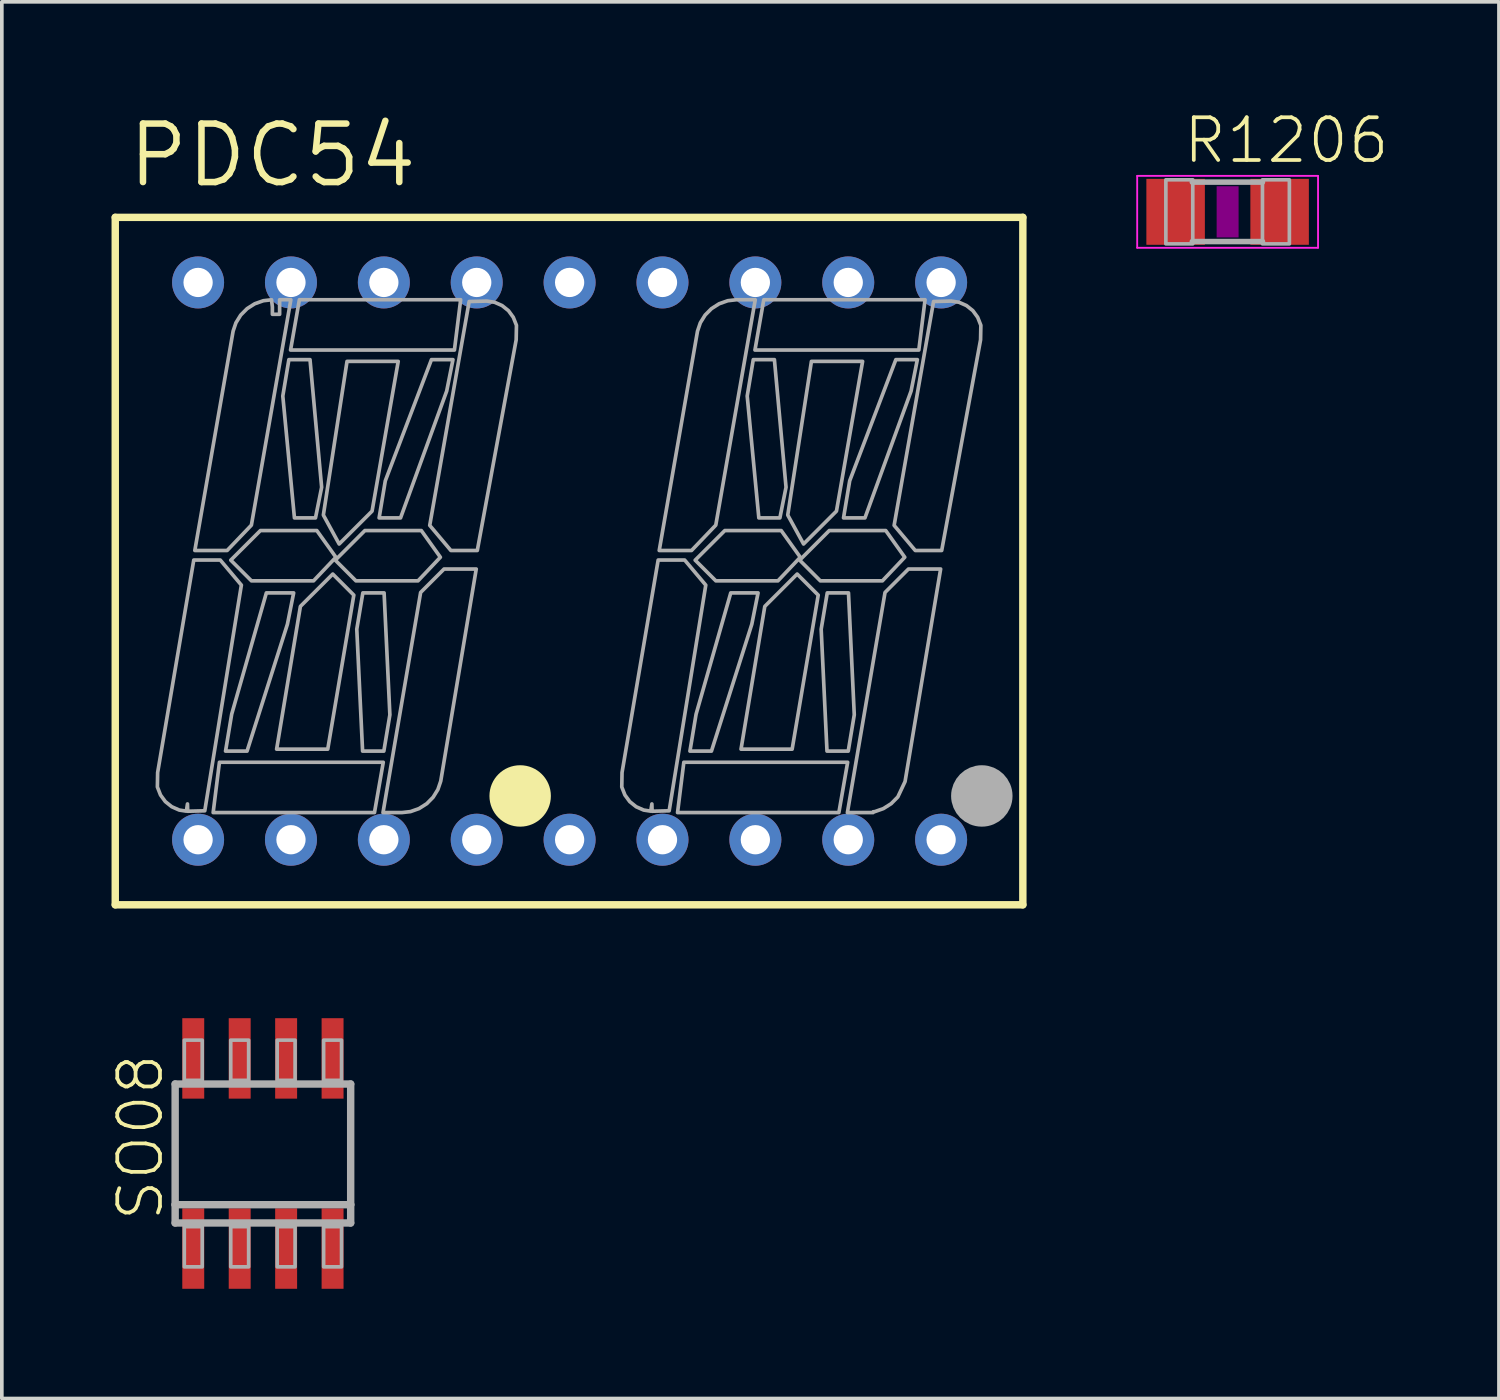
<source format=kicad_pcb>
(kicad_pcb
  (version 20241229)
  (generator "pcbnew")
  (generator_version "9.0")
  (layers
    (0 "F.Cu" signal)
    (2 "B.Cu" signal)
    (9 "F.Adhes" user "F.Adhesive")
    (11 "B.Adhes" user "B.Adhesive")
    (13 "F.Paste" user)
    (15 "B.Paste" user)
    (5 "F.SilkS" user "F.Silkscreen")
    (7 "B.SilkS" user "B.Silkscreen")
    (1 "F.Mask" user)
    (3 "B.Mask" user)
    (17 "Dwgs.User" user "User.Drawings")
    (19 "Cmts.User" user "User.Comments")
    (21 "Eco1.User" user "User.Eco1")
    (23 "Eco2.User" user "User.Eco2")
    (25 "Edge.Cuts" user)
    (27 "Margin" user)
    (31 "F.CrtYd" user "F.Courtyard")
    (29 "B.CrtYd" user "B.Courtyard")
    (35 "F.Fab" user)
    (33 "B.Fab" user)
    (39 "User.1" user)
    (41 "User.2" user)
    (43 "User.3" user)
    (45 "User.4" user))
  (footprint "PDC54"
    (layer "F.Cu")
    (at 12.527 12.294)
    (property "Reference" "PDC54" (at -12.165 -10.16 0) (layer "F.SilkS") (effects (font (size 1.6 1.6) (thickness 0.178)) (justify left bottom)))
    (fp_line (start -12.425 -9.4) (end 12.395 -9.4) (stroke (width 0.203) (type solid)) (layer "F.SilkS"))
    (fp_line (start -12.425 9.4) (end -12.425 -9.4) (stroke (width 0.203) (type solid)) (layer "F.SilkS"))
    (fp_line (start 12.395 -9.4) (end 12.395 9.4) (stroke (width 0.203) (type solid)) (layer "F.SilkS"))
    (fp_line (start 12.395 9.4) (end -12.425 9.4) (stroke (width 0.203) (type solid)) (layer "F.SilkS"))
    (fp_circle (center -1.352 6.423) (end -0.932 6.423) (stroke (width 0.84) (type solid)) (fill yes) (layer "F.SilkS"))
    (fp_circle (center 11.273 6.423) (end 11.693 6.423) (stroke (width 0.84) (type solid)) (fill no) (layer "F.Fab"))
    (fp_poly (pts (xy -5.336 6.878) (xy -9.748 6.878) (xy -9.576 5.502) (xy -5.096 5.502)) (stroke (width 0.1) (type solid)) (fill no) (layer "F.Fab"))
    (fp_poly (pts (xy -3.15 -5.771) (xy -7.631 -5.771) (xy -7.39 -7.147) (xy -2.979 -7.147)) (stroke (width 0.1) (type solid)) (fill no) (layer "F.Fab"))
    (fp_poly (pts (xy 7.364 6.878) (xy 2.952 6.878) (xy 3.124 5.502) (xy 7.604 5.502)) (stroke (width 0.1) (type solid)) (fill no) (layer "F.Fab"))
    (fp_poly (pts (xy 9.55 -5.771) (xy 5.069 -5.771) (xy 5.31 -7.147) (xy 9.721 -7.147)) (stroke (width 0.1) (type solid)) (fill no) (layer "F.Fab"))
    (fp_poly (pts (xy -5.901 0.931) (xy -6.614 5.144) (xy -8.012 5.144) (xy -7.362 1.239) (xy -6.477 0.355)) (stroke (width 0.1) (type solid)) (fill no) (layer "F.Fab"))
    (fp_poly (pts (xy -5.402 -1.366) (xy -6.302 -0.467) (xy -6.734 -1.258) (xy -6.087 -5.461) (xy -4.687 -5.461)) (stroke (width 0.1) (type solid)) (fill no) (layer "F.Fab"))
    (fp_poly (pts (xy 6.799 0.931) (xy 6.086 5.144) (xy 4.688 5.144) (xy 5.338 1.239) (xy 6.223 0.355)) (stroke (width 0.1) (type solid)) (fill no) (layer "F.Fab"))
    (fp_poly (pts (xy 7.298 -1.366) (xy 6.398 -0.467) (xy 5.966 -1.258) (xy 6.613 -5.461) (xy 8.013 -5.461)) (stroke (width 0.1) (type solid)) (fill no) (layer "F.Fab"))
    (fp_poly (pts (xy -7.717 1.727) (xy -8.821 5.197) (xy -9.409 5.197) (xy -9.241 4.187) (xy -8.293 0.87) (xy -7.546 0.87)) (stroke (width 0.1) (type solid)) (fill no) (layer "F.Fab"))
    (fp_poly (pts (xy -6.781 -2.019) (xy -6.949 -1.181) (xy -7.525 -1.181) (xy -7.843 -4.514) (xy -7.677 -5.509) (xy -7.099 -5.509)) (stroke (width 0.1) (type solid)) (fill no) (layer "F.Fab"))
    (fp_poly (pts (xy -6.391 -0.105) (xy -7.003 0.541) (xy -8.7 0.541) (xy -9.266 -0.025) (xy -8.455 -0.835) (xy -6.913 -0.835)) (stroke (width 0.1) (type solid)) (fill no) (layer "F.Fab"))
    (fp_poly (pts (xy -4.915 4.204) (xy -5.08 5.197) (xy -5.661 5.197) (xy -5.82 1.863) (xy -5.654 0.87) (xy -5.073 0.87)) (stroke (width 0.1) (type solid)) (fill no) (layer "F.Fab"))
    (fp_poly (pts (xy -3.534 -0.105) (xy -4.146 0.541) (xy -5.843 0.541) (xy -6.408 -0.025) (xy -5.598 -0.835) (xy -4.055 -0.835)) (stroke (width 0.1) (type solid)) (fill no) (layer "F.Fab"))
    (fp_poly (pts (xy -3.361 -4.65) (xy -4.623 -1.181) (xy -5.209 -1.181) (xy -5.04 -2.195) (xy -3.778 -5.509) (xy -3.19 -5.509)) (stroke (width 0.1) (type solid)) (fill no) (layer "F.Fab"))
    (fp_poly (pts (xy 4.983 1.727) (xy 3.879 5.197) (xy 3.291 5.197) (xy 3.459 4.187) (xy 4.407 0.87) (xy 5.154 0.87)) (stroke (width 0.1) (type solid)) (fill no) (layer "F.Fab"))
    (fp_poly (pts (xy 5.919 -2.019) (xy 5.751 -1.181) (xy 5.175 -1.181) (xy 4.857 -4.514) (xy 5.023 -5.509) (xy 5.601 -5.509)) (stroke (width 0.1) (type solid)) (fill no) (layer "F.Fab"))
    (fp_poly (pts (xy 6.309 -0.105) (xy 5.697 0.541) (xy 4 0.541) (xy 3.434 -0.025) (xy 4.245 -0.835) (xy 5.787 -0.835)) (stroke (width 0.1) (type solid)) (fill no) (layer "F.Fab"))
    (fp_poly (pts (xy 7.785 4.204) (xy 7.62 5.197) (xy 7.039 5.197) (xy 6.88 1.863) (xy 7.046 0.87) (xy 7.627 0.87)) (stroke (width 0.1) (type solid)) (fill no) (layer "F.Fab"))
    (fp_poly (pts (xy 9.166 -0.105) (xy 8.554 0.541) (xy 6.857 0.541) (xy 6.292 -0.025) (xy 7.102 -0.835) (xy 8.645 -0.835)) (stroke (width 0.1) (type solid)) (fill no) (layer "F.Fab"))
    (fp_poly (pts (xy 9.339 -4.65) (xy 8.077 -1.181) (xy 7.491 -1.181) (xy 7.66 -2.195) (xy 8.922 -5.509) (xy 9.51 -5.509)) (stroke (width 0.1) (type solid)) (fill no) (layer "F.Fab"))
    (fp_poly (pts (xy -3.524 6.018) (xy -3.602 6.247) (xy -3.733 6.459) (xy -3.907 6.635) (xy -4.117 6.768) (xy -4.351 6.851) (xy -4.587 6.878) (xy -5.103 6.878) (xy -4.074 0.858) (xy -3.433 0.217) (xy -2.553 0.217)) (stroke (width 0.1) (type solid)) (fill no) (layer "F.Fab"))
    (fp_poly (pts (xy 3.998 -0.983) (xy 3.335 -0.29) (xy 2.451 -0.29) (xy 3.498 -6.288) (xy 3.575 -6.516) (xy 3.706 -6.728) (xy 3.881 -6.904) (xy 4.09 -7.037) (xy 4.325 -7.12) (xy 4.56 -7.147) (xy 5.077 -7.147)) (stroke (width 0.1) (type solid)) (fill no) (layer "F.Fab"))
    (fp_poly (pts (xy 9.174 6.029) (xy 8.976 6.45) (xy 8.793 6.635) (xy 8.583 6.768) (xy 8.349 6.851) (xy 8.301 6.856) (xy 8.301 6.878) (xy 7.597 6.878) (xy 8.626 0.858) (xy 9.267 0.217) (xy 10.147 0.217)) (stroke (width 0.1) (type solid)) (fill no) (layer "F.Fab"))
    (fp_poly (pts (xy 10.649 -7.078) (xy 10.853 -6.988) (xy 11.028 -6.848) (xy 11.16 -6.667) (xy 11.247 -6.447) (xy 11.239 -6.051) (xy 10.176 -0.29) (xy 9.453 -0.29) (xy 8.875 -0.976) (xy 9.953 -7.098) (xy 10.436 -7.111)) (stroke (width 0.1) (type solid)) (fill no) (layer "F.Fab"))
    (fp_poly (pts (xy -2.051 -7.078) (xy -1.847 -6.988) (xy -1.672 -6.848) (xy -1.54 -6.667) (xy -1.453 -6.447) (xy -1.461 -6.051) (xy -2.524 -0.29) (xy -3.247 -0.29) (xy -3.825 -0.976) (xy -2.747 -7.098) (xy -2.28 -7.11) (xy -2.262 -7.11)) (stroke (width 0.1) (type solid)) (fill no) (layer "F.Fab"))
    (fp_poly (pts (xy -8.976 0.657) (xy -9.977 6.829) (xy -10.444 6.841) (xy -10.45 6.642) (xy -10.48 6.839) (xy -10.675 6.809) (xy -10.88 6.718) (xy -11.055 6.578) (xy -11.187 6.398) (xy -11.273 6.178) (xy -11.266 5.783) (xy -10.278 -0.028) (xy -9.553 -0.028)) (stroke (width 0.1) (type solid)) (fill no) (layer "F.Fab"))
    (fp_poly (pts (xy 3.724 0.657) (xy 2.723 6.829) (xy 2.256 6.841) (xy 2.25 6.642) (xy 2.22 6.839) (xy 2.025 6.809) (xy 1.82 6.718) (xy 1.645 6.578) (xy 1.513 6.398) (xy 1.427 6.178) (xy 1.434 5.783) (xy 2.422 -0.028) (xy 3.147 -0.028)) (stroke (width 0.1) (type solid)) (fill no) (layer "F.Fab"))
    (fp_poly (pts (xy -8.702 -0.983) (xy -9.365 -0.29) (xy -10.249 -0.29) (xy -9.202 -6.288) (xy -9.125 -6.516) (xy -8.994 -6.728) (xy -8.819 -6.904) (xy -8.61 -7.037) (xy -8.375 -7.12) (xy -8.151 -7.146) (xy -8.128 -6.948) (xy -8.128 -6.749) (xy -7.93 -6.749) (xy -7.93 -7.147) (xy -7.623 -7.147)) (stroke (width 0.1) (type solid)) (fill no) (layer "F.Fab"))
    (pad "1" thru_hole circle (at -10.16 7.62) (size 1.422 1.422) (drill 0.8) (layers "*.Cu" "*.Mask"))
    (pad "2" thru_hole circle (at -7.62 7.62) (size 1.422 1.422) (drill 0.8) (layers "*.Cu" "*.Mask"))
    (pad "3" thru_hole circle (at -5.08 7.62) (size 1.422 1.422) (drill 0.8) (layers "*.Cu" "*.Mask"))
    (pad "4" thru_hole circle (at -2.54 7.62) (size 1.422 1.422) (drill 0.8) (layers "*.Cu" "*.Mask"))
    (pad "5" thru_hole circle (at 0 7.62) (size 1.422 1.422) (drill 0.8) (layers "*.Cu" "*.Mask"))
    (pad "6" thru_hole circle (at 2.54 7.62) (size 1.422 1.422) (drill 0.8) (layers "*.Cu" "*.Mask"))
    (pad "7" thru_hole circle (at 5.08 7.62) (size 1.422 1.422) (drill 0.8) (layers "*.Cu" "*.Mask"))
    (pad "8" thru_hole circle (at 7.62 7.62) (size 1.422 1.422) (drill 0.8) (layers "*.Cu" "*.Mask"))
    (pad "9" thru_hole circle (at 10.16 7.62) (size 1.422 1.422) (drill 0.8) (layers "*.Cu" "*.Mask"))
    (pad "10" thru_hole circle (at 10.16 -7.62 180) (size 1.422 1.422) (drill 0.8) (layers "*.Cu" "*.Mask"))
    (pad "11" thru_hole circle (at 7.62 -7.62 180) (size 1.422 1.422) (drill 0.8) (layers "*.Cu" "*.Mask"))
    (pad "12" thru_hole circle (at 5.08 -7.62 180) (size 1.422 1.422) (drill 0.8) (layers "*.Cu" "*.Mask"))
    (pad "13" thru_hole circle (at 2.54 -7.62 180) (size 1.422 1.422) (drill 0.8) (layers "*.Cu" "*.Mask"))
    (pad "14" thru_hole circle (at 0 -7.62 180) (size 1.422 1.422) (drill 0.8) (layers "*.Cu" "*.Mask"))
    (pad "15" thru_hole circle (at -2.54 -7.62 180) (size 1.422 1.422) (drill 0.8) (layers "*.Cu" "*.Mask"))
    (pad "16" thru_hole circle (at -5.08 -7.62 180) (size 1.422 1.422) (drill 0.8) (layers "*.Cu" "*.Mask"))
    (pad "17" thru_hole circle (at -7.62 -7.62 180) (size 1.422 1.422) (drill 0.8) (layers "*.Cu" "*.Mask"))
    (pad "18" thru_hole circle (at -10.16 -7.62 180) (size 1.422 1.422) (drill 0.8) (layers "*.Cu" "*.Mask")))
  (footprint "R1206"
    (layer "F.Cu")
    (at 30.522 2.743)
    (property "Reference" "R1206" (at -1.27 -1.27 0) (layer "F.SilkS") (effects (font (size 1.168 1.168) (thickness 0.102)) (justify left bottom)))
    (fp_poly (pts (xy -0.3 0.7) (xy 0.3 0.7) (xy 0.3 -0.7) (xy -0.3 -0.7)) (stroke (width 0) (type solid)) (fill yes) (layer "F.Adhes"))
    (fp_line (start -2.473 -0.983) (end 2.473 -0.983) (stroke (width 0.051) (type solid)) (layer "F.CrtYd"))
    (fp_line (start -2.473 0.983) (end -2.473 -0.983) (stroke (width 0.051) (type solid)) (layer "F.CrtYd"))
    (fp_line (start 2.473 -0.983) (end 2.473 0.983) (stroke (width 0.051) (type solid)) (layer "F.CrtYd"))
    (fp_line (start 2.473 0.983) (end -2.473 0.983) (stroke (width 0.051) (type solid)) (layer "F.CrtYd"))
    (fp_line (start 0.953 -0.813) (end -0.965 -0.813) (stroke (width 0.152) (type solid)) (layer "F.Fab"))
    (fp_line (start 0.953 0.813) (end -0.965 0.813) (stroke (width 0.152) (type solid)) (layer "F.Fab"))
    (fp_poly (pts (xy -1.689 0.876) (xy -0.953 0.876) (xy -0.953 -0.876) (xy -1.689 -0.876)) (stroke (width 0.1) (type solid)) (fill no) (layer "F.Fab"))
    (fp_poly (pts (xy 0.953 0.876) (xy 1.689 0.876) (xy 1.689 -0.876) (xy 0.953 -0.876)) (stroke (width 0.1) (type solid)) (fill no) (layer "F.Fab"))
    (pad "1" smd rect (at -1.422 0) (size 1.6 1.803) (layers "F.Cu" "F.Mask" "F.Paste"))
    (pad "2" smd rect (at 1.422 0) (size 1.6 1.803) (layers "F.Cu" "F.Mask" "F.Paste")))
  (footprint "SO08"
    (layer "F.Cu")
    (at 4.14 28.495)
    (property "Reference" "SO08" (at -2.667 1.905 90) (layer "F.SilkS") (effects (font (size 1.168 1.168) (thickness 0.102)) (justify left bottom)))
    (fp_line (start -2.4 -1.9) (end 2.4 -1.9) (stroke (width 0.203) (type solid)) (layer "F.Fab"))
    (fp_line (start -2.4 1.4) (end -2.4 -1.9) (stroke (width 0.203) (type solid)) (layer "F.Fab"))
    (fp_line (start -2.4 1.9) (end -2.4 1.4) (stroke (width 0.203) (type solid)) (layer "F.Fab"))
    (fp_line (start 2.4 -1.9) (end 2.4 1.4) (stroke (width 0.203) (type solid)) (layer "F.Fab"))
    (fp_line (start 2.4 1.4) (end -2.4 1.4) (stroke (width 0.203) (type solid)) (layer "F.Fab"))
    (fp_line (start 2.4 1.4) (end 2.4 1.9) (stroke (width 0.203) (type solid)) (layer "F.Fab"))
    (fp_line (start 2.4 1.9) (end -2.4 1.9) (stroke (width 0.203) (type solid)) (layer "F.Fab"))
    (fp_poly (pts (xy -2.15 -2) (xy -1.66 -2) (xy -1.66 -3.1) (xy -2.15 -3.1)) (stroke (width 0.1) (type solid)) (fill no) (layer "F.Fab"))
    (fp_poly (pts (xy -2.15 3.1) (xy -1.66 3.1) (xy -1.66 2) (xy -2.15 2)) (stroke (width 0.1) (type solid)) (fill no) (layer "F.Fab"))
    (fp_poly (pts (xy -0.88 -2) (xy -0.39 -2) (xy -0.39 -3.1) (xy -0.88 -3.1)) (stroke (width 0.1) (type solid)) (fill no) (layer "F.Fab"))
    (fp_poly (pts (xy -0.88 3.1) (xy -0.39 3.1) (xy -0.39 2) (xy -0.88 2)) (stroke (width 0.1) (type solid)) (fill no) (layer "F.Fab"))
    (fp_poly (pts (xy 0.39 -2) (xy 0.88 -2) (xy 0.88 -3.1) (xy 0.39 -3.1)) (stroke (width 0.1) (type solid)) (fill no) (layer "F.Fab"))
    (fp_poly (pts (xy 0.39 3.1) (xy 0.88 3.1) (xy 0.88 2) (xy 0.39 2)) (stroke (width 0.1) (type solid)) (fill no) (layer "F.Fab"))
    (fp_poly (pts (xy 1.66 -2) (xy 2.15 -2) (xy 2.15 -3.1) (xy 1.66 -3.1)) (stroke (width 0.1) (type solid)) (fill no) (layer "F.Fab"))
    (fp_poly (pts (xy 1.66 3.1) (xy 2.15 3.1) (xy 2.15 2) (xy 1.66 2)) (stroke (width 0.1) (type solid)) (fill no) (layer "F.Fab"))
    (pad "1" smd rect (at -1.905 2.6) (size 0.6 2.2) (layers "F.Cu" "F.Mask" "F.Paste"))
    (pad "2" smd rect (at -0.635 2.6) (size 0.6 2.2) (layers "F.Cu" "F.Mask" "F.Paste"))
    (pad "3" smd rect (at 0.635 2.6) (size 0.6 2.2) (layers "F.Cu" "F.Mask" "F.Paste"))
    (pad "4" smd rect (at 1.905 2.6) (size 0.6 2.2) (layers "F.Cu" "F.Mask" "F.Paste"))
    (pad "5" smd rect (at 1.905 -2.6) (size 0.6 2.2) (layers "F.Cu" "F.Mask" "F.Paste"))
    (pad "6" smd rect (at 0.635 -2.6) (size 0.6 2.2) (layers "F.Cu" "F.Mask" "F.Paste"))
    (pad "7" smd rect (at -0.635 -2.6) (size 0.6 2.2) (layers "F.Cu" "F.Mask" "F.Paste"))
    (pad "8" smd rect (at -1.905 -2.6) (size 0.6 2.2) (layers "F.Cu" "F.Mask" "F.Paste")))
  (gr_rect
    (start -3 -3)
    (end 37.942 35.195)
    (stroke (width 0.1) (type default))
    (fill no)
    (layer "Edge.Cuts")))
</source>
